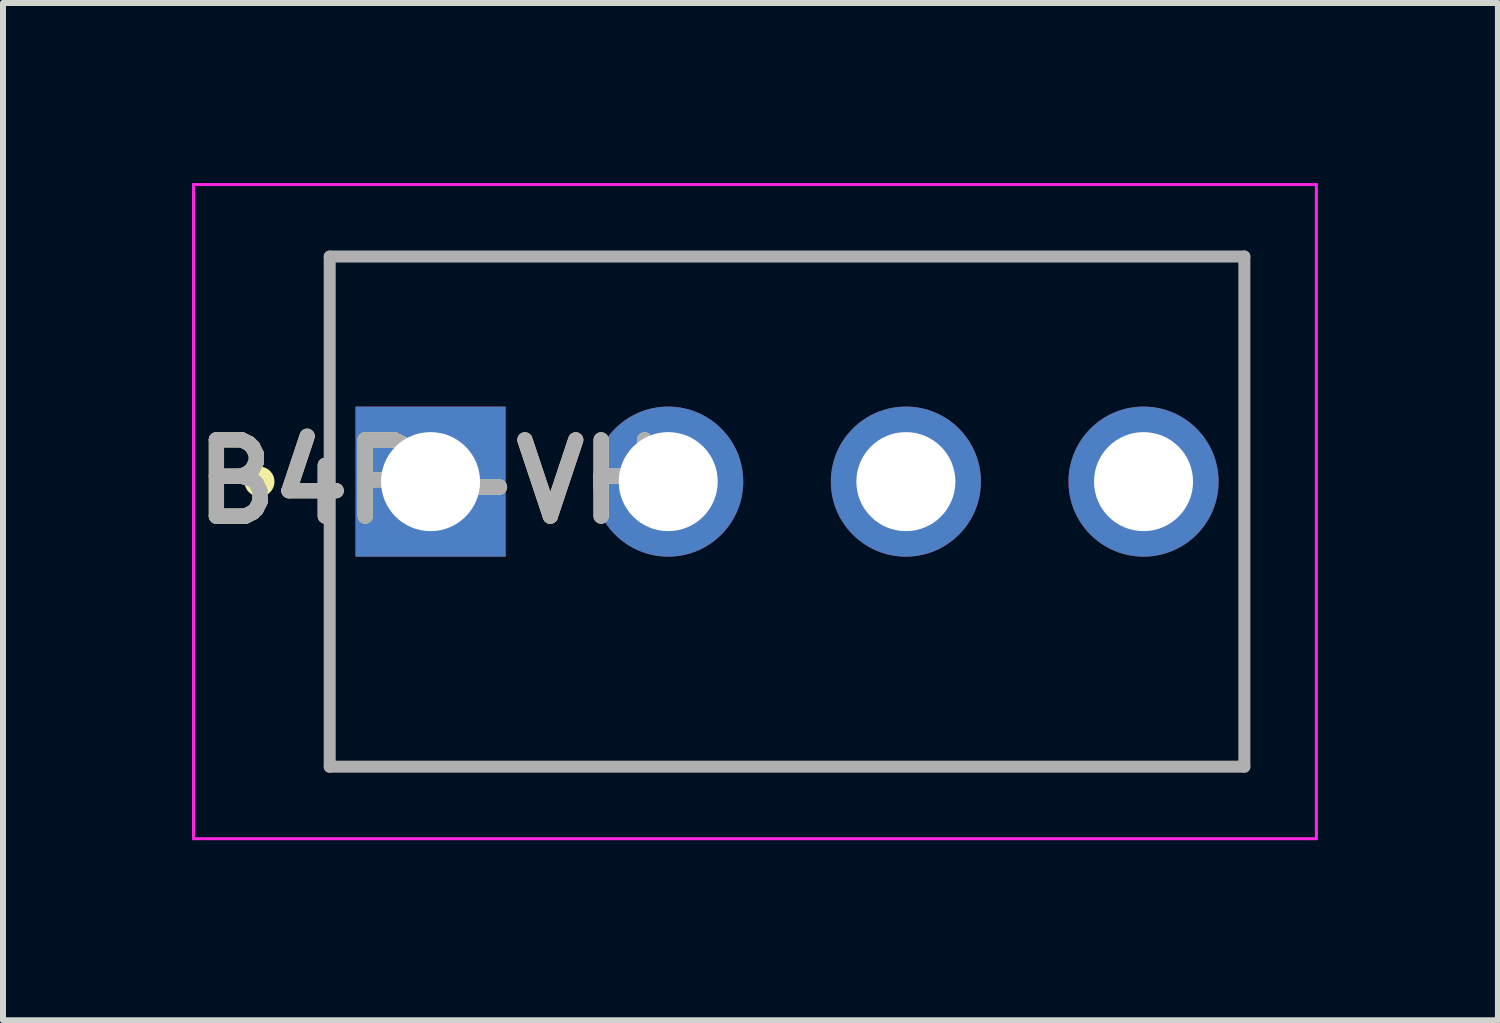
<source format=kicad_pcb>
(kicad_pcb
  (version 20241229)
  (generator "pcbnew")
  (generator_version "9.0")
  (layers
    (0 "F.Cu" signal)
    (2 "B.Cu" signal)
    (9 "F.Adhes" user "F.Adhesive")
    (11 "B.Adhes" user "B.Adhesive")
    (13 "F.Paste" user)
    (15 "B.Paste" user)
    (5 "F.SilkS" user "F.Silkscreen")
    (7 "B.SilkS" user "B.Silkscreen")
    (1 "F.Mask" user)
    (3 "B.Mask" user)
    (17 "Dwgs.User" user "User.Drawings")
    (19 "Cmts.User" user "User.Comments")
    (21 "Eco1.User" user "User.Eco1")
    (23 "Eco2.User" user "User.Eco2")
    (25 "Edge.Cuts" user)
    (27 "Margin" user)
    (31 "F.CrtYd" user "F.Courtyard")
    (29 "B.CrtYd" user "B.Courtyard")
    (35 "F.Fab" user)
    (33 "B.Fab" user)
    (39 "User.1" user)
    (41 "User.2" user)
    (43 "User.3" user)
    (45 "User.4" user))
  (footprint "B4P-VH"
    (layer "F.Cu")
    (at 4.124 4.975)
    (property "Reference" "B4P-VH" (at 0 0 0) (layer "F.SilkS") (effects (font (size 1.27 1.27) (thickness 0.254))))
    (attr through_hole)
    (fp_line (start -1.68 -3.75) (end 13.56 -3.75) (stroke (width 0.1) (type solid)) (layer "F.SilkS"))
    (fp_line (start -1.68 4.75) (end -1.68 -3.75) (stroke (width 0.1) (type solid)) (layer "F.SilkS"))
    (fp_line (start 13.56 -3.75) (end 13.56 4.75) (stroke (width 0.1) (type solid)) (layer "F.SilkS"))
    (fp_line (start 13.56 4.75) (end -1.68 4.75) (stroke (width 0.1) (type solid)) (layer "F.SilkS"))
    (fp_circle (center -2.85 0) (end -2.85 0.05) (stroke (width 0.2) (type solid)) (fill no) (layer "F.SilkS"))
    (fp_line (start -3.95 -4.95) (end 14.76 -4.95) (stroke (width 0.05) (type solid)) (layer "F.CrtYd"))
    (fp_line (start -3.95 5.95) (end -3.95 -4.95) (stroke (width 0.05) (type solid)) (layer "F.CrtYd"))
    (fp_line (start 14.76 -4.95) (end 14.76 5.95) (stroke (width 0.05) (type solid)) (layer "F.CrtYd"))
    (fp_line (start 14.76 5.95) (end -3.95 5.95) (stroke (width 0.05) (type solid)) (layer "F.CrtYd"))
    (fp_line (start -1.68 -3.75) (end 13.56 -3.75) (stroke (width 0.2) (type solid)) (layer "F.Fab"))
    (fp_line (start -1.68 4.75) (end -1.68 -3.75) (stroke (width 0.2) (type solid)) (layer "F.Fab"))
    (fp_line (start 13.56 -3.75) (end 13.56 4.75) (stroke (width 0.2) (type solid)) (layer "F.Fab"))
    (fp_line (start 13.56 4.75) (end -1.68 4.75) (stroke (width 0.2) (type solid)) (layer "F.Fab"))
    (fp_text user "${REFERENCE}" (at 0 0 0) (layer "F.Fab") (effects (font (size 1.27 1.27) (thickness 0.254))))
    (pad "1" thru_hole rect (at 0 0) (size 2.5 2.5) (drill 1.65) (layers "*.Cu" "*.Mask"))
    (pad "2" thru_hole circle (at 3.96 0) (size 2.5 2.5) (drill 1.65) (layers "*.Cu" "*.Mask"))
    (pad "3" thru_hole circle (at 7.92 0) (size 2.5 2.5) (drill 1.65) (layers "*.Cu" "*.Mask"))
    (pad "4" thru_hole circle (at 11.88 0) (size 2.5 2.5) (drill 1.65) (layers "*.Cu" "*.Mask")))
  (gr_rect
    (start -3 -3)
    (end 21.909 13.95)
    (stroke (width 0.1) (type default))
    (fill no)
    (layer "Edge.Cuts")))
</source>
